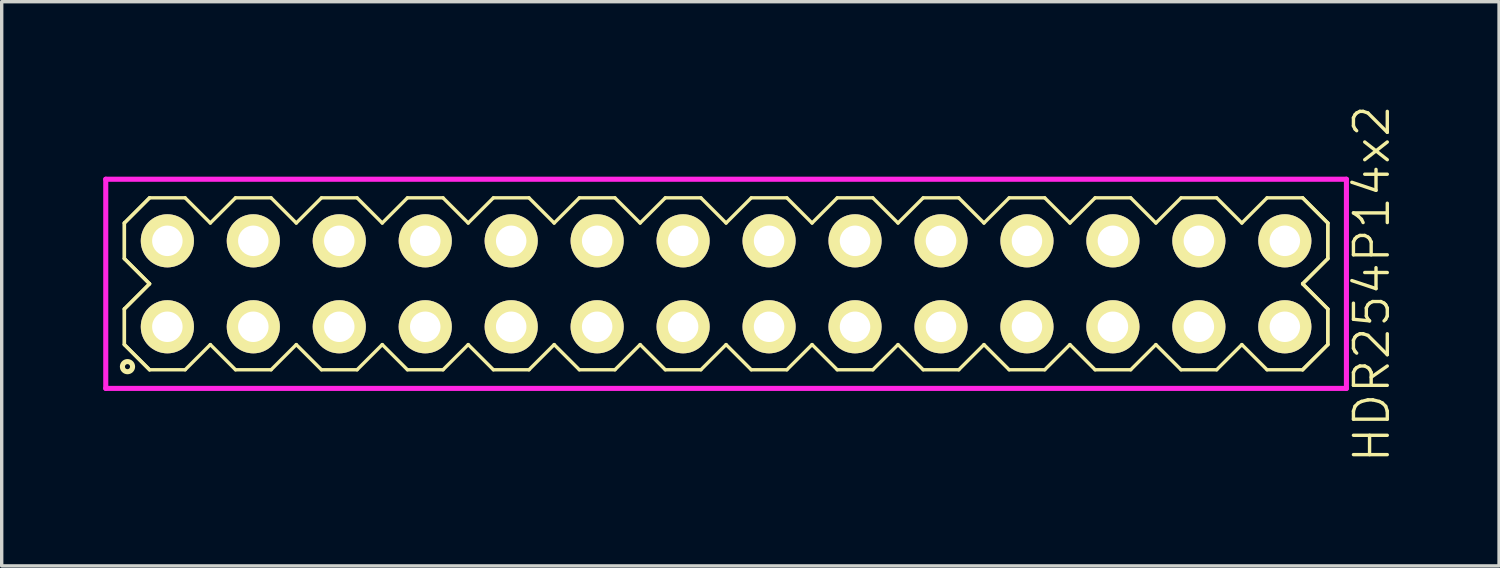
<source format=kicad_pcb>
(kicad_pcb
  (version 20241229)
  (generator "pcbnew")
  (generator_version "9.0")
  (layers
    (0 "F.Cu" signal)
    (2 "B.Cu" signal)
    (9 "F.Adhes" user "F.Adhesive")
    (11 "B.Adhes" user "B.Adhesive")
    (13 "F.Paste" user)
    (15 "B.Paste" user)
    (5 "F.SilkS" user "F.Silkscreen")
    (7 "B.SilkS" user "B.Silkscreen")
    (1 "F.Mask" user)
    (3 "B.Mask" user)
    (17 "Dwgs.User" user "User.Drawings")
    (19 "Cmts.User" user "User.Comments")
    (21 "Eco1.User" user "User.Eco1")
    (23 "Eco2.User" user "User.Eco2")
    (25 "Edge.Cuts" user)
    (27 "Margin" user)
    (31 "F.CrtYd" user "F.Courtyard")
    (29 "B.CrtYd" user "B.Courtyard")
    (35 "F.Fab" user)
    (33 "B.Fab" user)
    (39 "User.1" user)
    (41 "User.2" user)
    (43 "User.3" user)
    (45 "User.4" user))
  (footprint "HDR254P14x2"
    (layer "F.Cu")
    (at 18.405 5.336)
    (property "Reference" "HDR254P14x2" (at 19.08 0 90) (layer "F.SilkS") (effects (font (size 1 1) (thickness 0.1))))
    (attr through_hole)
    (fp_line (start -17.78 -1.796) (end -17.036 -2.54) (stroke (width 0.1) (type solid)) (layer "F.SilkS"))
    (fp_line (start -17.78 -1.796) (end -17.036 -2.54) (stroke (width 0.1) (type solid)) (layer "F.SilkS"))
    (fp_line (start -17.78 -0.744) (end -17.78 -1.796) (stroke (width 0.1) (type solid)) (layer "F.SilkS"))
    (fp_line (start -17.78 -0.744) (end -17.78 -1.796) (stroke (width 0.1) (type solid)) (layer "F.SilkS"))
    (fp_line (start -17.78 0.744) (end -17.036 0) (stroke (width 0.1) (type solid)) (layer "F.SilkS"))
    (fp_line (start -17.78 0.744) (end -17.036 0) (stroke (width 0.1) (type solid)) (layer "F.SilkS"))
    (fp_line (start -17.78 1.796) (end -17.78 0.744) (stroke (width 0.1) (type solid)) (layer "F.SilkS"))
    (fp_line (start -17.78 1.796) (end -17.78 0.744) (stroke (width 0.1) (type solid)) (layer "F.SilkS"))
    (fp_line (start -17.036 -2.54) (end -15.984 -2.54) (stroke (width 0.1) (type solid)) (layer "F.SilkS"))
    (fp_line (start -17.036 0) (end -17.78 -0.744) (stroke (width 0.1) (type solid)) (layer "F.SilkS"))
    (fp_line (start -17.036 0) (end -17.78 -0.744) (stroke (width 0.1) (type solid)) (layer "F.SilkS"))
    (fp_line (start -17.036 2.54) (end -17.78 1.796) (stroke (width 0.1) (type solid)) (layer "F.SilkS"))
    (fp_line (start -17.036 2.54) (end -17.78 1.796) (stroke (width 0.1) (type solid)) (layer "F.SilkS"))
    (fp_line (start -15.984 -2.54) (end -15.24 -1.796) (stroke (width 0.1) (type solid)) (layer "F.SilkS"))
    (fp_line (start -15.984 2.54) (end -17.036 2.54) (stroke (width 0.1) (type solid)) (layer "F.SilkS"))
    (fp_line (start -15.24 -1.796) (end -14.496 -2.54) (stroke (width 0.1) (type solid)) (layer "F.SilkS"))
    (fp_line (start -15.24 1.796) (end -15.984 2.54) (stroke (width 0.1) (type solid)) (layer "F.SilkS"))
    (fp_line (start -14.496 -2.54) (end -13.444 -2.54) (stroke (width 0.1) (type solid)) (layer "F.SilkS"))
    (fp_line (start -14.496 2.54) (end -15.24 1.796) (stroke (width 0.1) (type solid)) (layer "F.SilkS"))
    (fp_line (start -13.444 -2.54) (end -12.7 -1.796) (stroke (width 0.1) (type solid)) (layer "F.SilkS"))
    (fp_line (start -13.444 2.54) (end -14.496 2.54) (stroke (width 0.1) (type solid)) (layer "F.SilkS"))
    (fp_line (start -12.7 -1.796) (end -11.956 -2.54) (stroke (width 0.1) (type solid)) (layer "F.SilkS"))
    (fp_line (start -12.7 1.796) (end -13.444 2.54) (stroke (width 0.1) (type solid)) (layer "F.SilkS"))
    (fp_line (start -11.956 -2.54) (end -10.904 -2.54) (stroke (width 0.1) (type solid)) (layer "F.SilkS"))
    (fp_line (start -11.956 2.54) (end -12.7 1.796) (stroke (width 0.1) (type solid)) (layer "F.SilkS"))
    (fp_line (start -10.904 -2.54) (end -10.16 -1.796) (stroke (width 0.1) (type solid)) (layer "F.SilkS"))
    (fp_line (start -10.904 2.54) (end -11.956 2.54) (stroke (width 0.1) (type solid)) (layer "F.SilkS"))
    (fp_line (start -10.16 -1.796) (end -9.416 -2.54) (stroke (width 0.1) (type solid)) (layer "F.SilkS"))
    (fp_line (start -10.16 1.796) (end -10.904 2.54) (stroke (width 0.1) (type solid)) (layer "F.SilkS"))
    (fp_line (start -9.416 -2.54) (end -8.364 -2.54) (stroke (width 0.1) (type solid)) (layer "F.SilkS"))
    (fp_line (start -9.416 2.54) (end -10.16 1.796) (stroke (width 0.1) (type solid)) (layer "F.SilkS"))
    (fp_line (start -8.364 -2.54) (end -7.62 -1.796) (stroke (width 0.1) (type solid)) (layer "F.SilkS"))
    (fp_line (start -8.364 2.54) (end -9.416 2.54) (stroke (width 0.1) (type solid)) (layer "F.SilkS"))
    (fp_line (start -7.62 -1.796) (end -6.876 -2.54) (stroke (width 0.1) (type solid)) (layer "F.SilkS"))
    (fp_line (start -7.62 1.796) (end -8.364 2.54) (stroke (width 0.1) (type solid)) (layer "F.SilkS"))
    (fp_line (start -6.876 -2.54) (end -5.824 -2.54) (stroke (width 0.1) (type solid)) (layer "F.SilkS"))
    (fp_line (start -6.876 2.54) (end -7.62 1.796) (stroke (width 0.1) (type solid)) (layer "F.SilkS"))
    (fp_line (start -5.824 -2.54) (end -5.08 -1.796) (stroke (width 0.1) (type solid)) (layer "F.SilkS"))
    (fp_line (start -5.824 2.54) (end -6.876 2.54) (stroke (width 0.1) (type solid)) (layer "F.SilkS"))
    (fp_line (start -5.08 -1.796) (end -4.336 -2.54) (stroke (width 0.1) (type solid)) (layer "F.SilkS"))
    (fp_line (start -5.08 1.796) (end -5.824 2.54) (stroke (width 0.1) (type solid)) (layer "F.SilkS"))
    (fp_line (start -4.336 -2.54) (end -3.284 -2.54) (stroke (width 0.1) (type solid)) (layer "F.SilkS"))
    (fp_line (start -4.336 2.54) (end -5.08 1.796) (stroke (width 0.1) (type solid)) (layer "F.SilkS"))
    (fp_line (start -3.284 -2.54) (end -2.54 -1.796) (stroke (width 0.1) (type solid)) (layer "F.SilkS"))
    (fp_line (start -3.284 2.54) (end -4.336 2.54) (stroke (width 0.1) (type solid)) (layer "F.SilkS"))
    (fp_line (start -2.54 -1.796) (end -1.796 -2.54) (stroke (width 0.1) (type solid)) (layer "F.SilkS"))
    (fp_line (start -2.54 1.796) (end -3.284 2.54) (stroke (width 0.1) (type solid)) (layer "F.SilkS"))
    (fp_line (start -1.796 -2.54) (end -0.744 -2.54) (stroke (width 0.1) (type solid)) (layer "F.SilkS"))
    (fp_line (start -1.796 2.54) (end -2.54 1.796) (stroke (width 0.1) (type solid)) (layer "F.SilkS"))
    (fp_line (start -0.744 -2.54) (end 0 -1.796) (stroke (width 0.1) (type solid)) (layer "F.SilkS"))
    (fp_line (start -0.744 2.54) (end -1.796 2.54) (stroke (width 0.1) (type solid)) (layer "F.SilkS"))
    (fp_line (start 0 -1.796) (end 0.744 -2.54) (stroke (width 0.1) (type solid)) (layer "F.SilkS"))
    (fp_line (start 0 1.796) (end -0.744 2.54) (stroke (width 0.1) (type solid)) (layer "F.SilkS"))
    (fp_line (start 0.744 -2.54) (end 1.796 -2.54) (stroke (width 0.1) (type solid)) (layer "F.SilkS"))
    (fp_line (start 0.744 2.54) (end 0 1.796) (stroke (width 0.1) (type solid)) (layer "F.SilkS"))
    (fp_line (start 1.796 -2.54) (end 2.54 -1.796) (stroke (width 0.1) (type solid)) (layer "F.SilkS"))
    (fp_line (start 1.796 2.54) (end 0.744 2.54) (stroke (width 0.1) (type solid)) (layer "F.SilkS"))
    (fp_line (start 2.54 -1.796) (end 3.284 -2.54) (stroke (width 0.1) (type solid)) (layer "F.SilkS"))
    (fp_line (start 2.54 1.796) (end 1.796 2.54) (stroke (width 0.1) (type solid)) (layer "F.SilkS"))
    (fp_line (start 3.284 -2.54) (end 4.336 -2.54) (stroke (width 0.1) (type solid)) (layer "F.SilkS"))
    (fp_line (start 3.284 2.54) (end 2.54 1.796) (stroke (width 0.1) (type solid)) (layer "F.SilkS"))
    (fp_line (start 4.336 -2.54) (end 5.08 -1.796) (stroke (width 0.1) (type solid)) (layer "F.SilkS"))
    (fp_line (start 4.336 2.54) (end 3.284 2.54) (stroke (width 0.1) (type solid)) (layer "F.SilkS"))
    (fp_line (start 5.08 -1.796) (end 5.824 -2.54) (stroke (width 0.1) (type solid)) (layer "F.SilkS"))
    (fp_line (start 5.08 1.796) (end 4.336 2.54) (stroke (width 0.1) (type solid)) (layer "F.SilkS"))
    (fp_line (start 5.824 -2.54) (end 6.876 -2.54) (stroke (width 0.1) (type solid)) (layer "F.SilkS"))
    (fp_line (start 5.824 2.54) (end 5.08 1.796) (stroke (width 0.1) (type solid)) (layer "F.SilkS"))
    (fp_line (start 6.876 -2.54) (end 7.62 -1.796) (stroke (width 0.1) (type solid)) (layer "F.SilkS"))
    (fp_line (start 6.876 2.54) (end 5.824 2.54) (stroke (width 0.1) (type solid)) (layer "F.SilkS"))
    (fp_line (start 7.62 -1.796) (end 8.364 -2.54) (stroke (width 0.1) (type solid)) (layer "F.SilkS"))
    (fp_line (start 7.62 1.796) (end 6.876 2.54) (stroke (width 0.1) (type solid)) (layer "F.SilkS"))
    (fp_line (start 8.364 -2.54) (end 9.416 -2.54) (stroke (width 0.1) (type solid)) (layer "F.SilkS"))
    (fp_line (start 8.364 2.54) (end 7.62 1.796) (stroke (width 0.1) (type solid)) (layer "F.SilkS"))
    (fp_line (start 9.416 -2.54) (end 10.16 -1.796) (stroke (width 0.1) (type solid)) (layer "F.SilkS"))
    (fp_line (start 9.416 2.54) (end 8.364 2.54) (stroke (width 0.1) (type solid)) (layer "F.SilkS"))
    (fp_line (start 10.16 -1.796) (end 10.904 -2.54) (stroke (width 0.1) (type solid)) (layer "F.SilkS"))
    (fp_line (start 10.16 1.796) (end 9.416 2.54) (stroke (width 0.1) (type solid)) (layer "F.SilkS"))
    (fp_line (start 10.904 -2.54) (end 11.956 -2.54) (stroke (width 0.1) (type solid)) (layer "F.SilkS"))
    (fp_line (start 10.904 2.54) (end 10.16 1.796) (stroke (width 0.1) (type solid)) (layer "F.SilkS"))
    (fp_line (start 11.956 -2.54) (end 12.7 -1.796) (stroke (width 0.1) (type solid)) (layer "F.SilkS"))
    (fp_line (start 11.956 2.54) (end 10.904 2.54) (stroke (width 0.1) (type solid)) (layer "F.SilkS"))
    (fp_line (start 12.7 -1.796) (end 13.444 -2.54) (stroke (width 0.1) (type solid)) (layer "F.SilkS"))
    (fp_line (start 12.7 1.796) (end 11.956 2.54) (stroke (width 0.1) (type solid)) (layer "F.SilkS"))
    (fp_line (start 13.444 -2.54) (end 14.496 -2.54) (stroke (width 0.1) (type solid)) (layer "F.SilkS"))
    (fp_line (start 13.444 2.54) (end 12.7 1.796) (stroke (width 0.1) (type solid)) (layer "F.SilkS"))
    (fp_line (start 14.496 -2.54) (end 15.24 -1.796) (stroke (width 0.1) (type solid)) (layer "F.SilkS"))
    (fp_line (start 14.496 2.54) (end 13.444 2.54) (stroke (width 0.1) (type solid)) (layer "F.SilkS"))
    (fp_line (start 15.24 -1.796) (end 15.984 -2.54) (stroke (width 0.1) (type solid)) (layer "F.SilkS"))
    (fp_line (start 15.24 1.796) (end 14.496 2.54) (stroke (width 0.1) (type solid)) (layer "F.SilkS"))
    (fp_line (start 15.984 -2.54) (end 17.036 -2.54) (stroke (width 0.1) (type solid)) (layer "F.SilkS"))
    (fp_line (start 15.984 2.54) (end 15.24 1.796) (stroke (width 0.1) (type solid)) (layer "F.SilkS"))
    (fp_line (start 17.036 -2.54) (end 17.78 -1.796) (stroke (width 0.1) (type solid)) (layer "F.SilkS"))
    (fp_line (start 17.036 -2.54) (end 17.78 -1.796) (stroke (width 0.1) (type solid)) (layer "F.SilkS"))
    (fp_line (start 17.036 0) (end 17.78 0.744) (stroke (width 0.1) (type solid)) (layer "F.SilkS"))
    (fp_line (start 17.036 0) (end 17.78 0.744) (stroke (width 0.1) (type solid)) (layer "F.SilkS"))
    (fp_line (start 17.036 2.54) (end 15.984 2.54) (stroke (width 0.1) (type solid)) (layer "F.SilkS"))
    (fp_line (start 17.78 -1.796) (end 17.78 -0.744) (stroke (width 0.1) (type solid)) (layer "F.SilkS"))
    (fp_line (start 17.78 -1.796) (end 17.78 -0.744) (stroke (width 0.1) (type solid)) (layer "F.SilkS"))
    (fp_line (start 17.78 -0.744) (end 17.036 0) (stroke (width 0.1) (type solid)) (layer "F.SilkS"))
    (fp_line (start 17.78 -0.744) (end 17.036 0) (stroke (width 0.1) (type solid)) (layer "F.SilkS"))
    (fp_line (start 17.78 0.744) (end 17.78 1.796) (stroke (width 0.1) (type solid)) (layer "F.SilkS"))
    (fp_line (start 17.78 0.744) (end 17.78 1.796) (stroke (width 0.1) (type solid)) (layer "F.SilkS"))
    (fp_line (start 17.78 1.796) (end 17.036 2.54) (stroke (width 0.1) (type solid)) (layer "F.SilkS"))
    (fp_line (start 17.78 1.796) (end 17.036 2.54) (stroke (width 0.1) (type solid)) (layer "F.SilkS"))
    (fp_circle (center -17.688 2.448) (end -17.538 2.448) (stroke (width 0.15) (type solid)) (fill no) (layer "F.SilkS"))
    (fp_line (start -18.33 -3.09) (end -18.33 3.09) (stroke (width 0.15) (type solid)) (layer "F.CrtYd"))
    (fp_line (start -18.33 3.09) (end 18.33 3.09) (stroke (width 0.15) (type solid)) (layer "F.CrtYd"))
    (fp_line (start 18.33 -3.09) (end -18.33 -3.09) (stroke (width 0.15) (type solid)) (layer "F.CrtYd"))
    (fp_line (start 18.33 3.09) (end 18.33 -3.09) (stroke (width 0.15) (type solid)) (layer "F.CrtYd"))
    (pad "1" thru_hole oval (at -16.51 1.27) (size 1.57 1.57) (drill 0.9) (layers "*.Cu" "*.Mask" "F.SilkS"))
    (pad "2" thru_hole oval (at -16.51 -1.27) (size 1.57 1.57) (drill 0.9) (layers "*.Cu" "*.Mask" "F.SilkS"))
    (pad "3" thru_hole oval (at -13.97 1.27) (size 1.57 1.57) (drill 0.9) (layers "*.Cu" "*.Mask" "F.SilkS"))
    (pad "4" thru_hole oval (at -13.97 -1.27) (size 1.57 1.57) (drill 0.9) (layers "*.Cu" "*.Mask" "F.SilkS"))
    (pad "5" thru_hole oval (at -11.43 1.27) (size 1.57 1.57) (drill 0.9) (layers "*.Cu" "*.Mask" "F.SilkS"))
    (pad "6" thru_hole oval (at -11.43 -1.27) (size 1.57 1.57) (drill 0.9) (layers "*.Cu" "*.Mask" "F.SilkS"))
    (pad "7" thru_hole oval (at -8.89 1.27) (size 1.57 1.57) (drill 0.9) (layers "*.Cu" "*.Mask" "F.SilkS"))
    (pad "8" thru_hole oval (at -8.89 -1.27) (size 1.57 1.57) (drill 0.9) (layers "*.Cu" "*.Mask" "F.SilkS"))
    (pad "9" thru_hole oval (at -6.35 1.27) (size 1.57 1.57) (drill 0.9) (layers "*.Cu" "*.Mask" "F.SilkS"))
    (pad "10" thru_hole oval (at -6.35 -1.27) (size 1.57 1.57) (drill 0.9) (layers "*.Cu" "*.Mask" "F.SilkS"))
    (pad "11" thru_hole oval (at -3.81 1.27) (size 1.57 1.57) (drill 0.9) (layers "*.Cu" "*.Mask" "F.SilkS"))
    (pad "12" thru_hole oval (at -3.81 -1.27) (size 1.57 1.57) (drill 0.9) (layers "*.Cu" "*.Mask" "F.SilkS"))
    (pad "13" thru_hole oval (at -1.27 1.27) (size 1.57 1.57) (drill 0.9) (layers "*.Cu" "*.Mask" "F.SilkS"))
    (pad "14" thru_hole oval (at -1.27 -1.27) (size 1.57 1.57) (drill 0.9) (layers "*.Cu" "*.Mask" "F.SilkS"))
    (pad "15" thru_hole oval (at 1.27 1.27) (size 1.57 1.57) (drill 0.9) (layers "*.Cu" "*.Mask" "F.SilkS"))
    (pad "16" thru_hole oval (at 1.27 -1.27) (size 1.57 1.57) (drill 0.9) (layers "*.Cu" "*.Mask" "F.SilkS"))
    (pad "17" thru_hole oval (at 3.81 1.27) (size 1.57 1.57) (drill 0.9) (layers "*.Cu" "*.Mask" "F.SilkS"))
    (pad "18" thru_hole oval (at 3.81 -1.27) (size 1.57 1.57) (drill 0.9) (layers "*.Cu" "*.Mask" "F.SilkS"))
    (pad "19" thru_hole oval (at 6.35 1.27) (size 1.57 1.57) (drill 0.9) (layers "*.Cu" "*.Mask" "F.SilkS"))
    (pad "20" thru_hole oval (at 6.35 -1.27) (size 1.57 1.57) (drill 0.9) (layers "*.Cu" "*.Mask" "F.SilkS"))
    (pad "21" thru_hole oval (at 8.89 1.27) (size 1.57 1.57) (drill 0.9) (layers "*.Cu" "*.Mask" "F.SilkS"))
    (pad "22" thru_hole oval (at 8.89 -1.27) (size 1.57 1.57) (drill 0.9) (layers "*.Cu" "*.Mask" "F.SilkS"))
    (pad "23" thru_hole oval (at 11.43 1.27) (size 1.57 1.57) (drill 0.9) (layers "*.Cu" "*.Mask" "F.SilkS"))
    (pad "24" thru_hole oval (at 11.43 -1.27) (size 1.57 1.57) (drill 0.9) (layers "*.Cu" "*.Mask" "F.SilkS"))
    (pad "25" thru_hole oval (at 13.97 1.27) (size 1.57 1.57) (drill 0.9) (layers "*.Cu" "*.Mask" "F.SilkS"))
    (pad "26" thru_hole oval (at 13.97 -1.27) (size 1.57 1.57) (drill 0.9) (layers "*.Cu" "*.Mask" "F.SilkS"))
    (pad "27" thru_hole oval (at 16.51 1.27) (size 1.57 1.57) (drill 0.9) (layers "*.Cu" "*.Mask" "F.SilkS"))
    (pad "28" thru_hole oval (at 16.51 -1.27) (size 1.57 1.57) (drill 0.9) (layers "*.Cu" "*.Mask" "F.SilkS")))
  (gr_rect
    (start -3 -3)
    (end 41.245 13.671)
    (stroke (width 0.1) (type default))
    (fill no)
    (layer "Edge.Cuts")))
</source>
